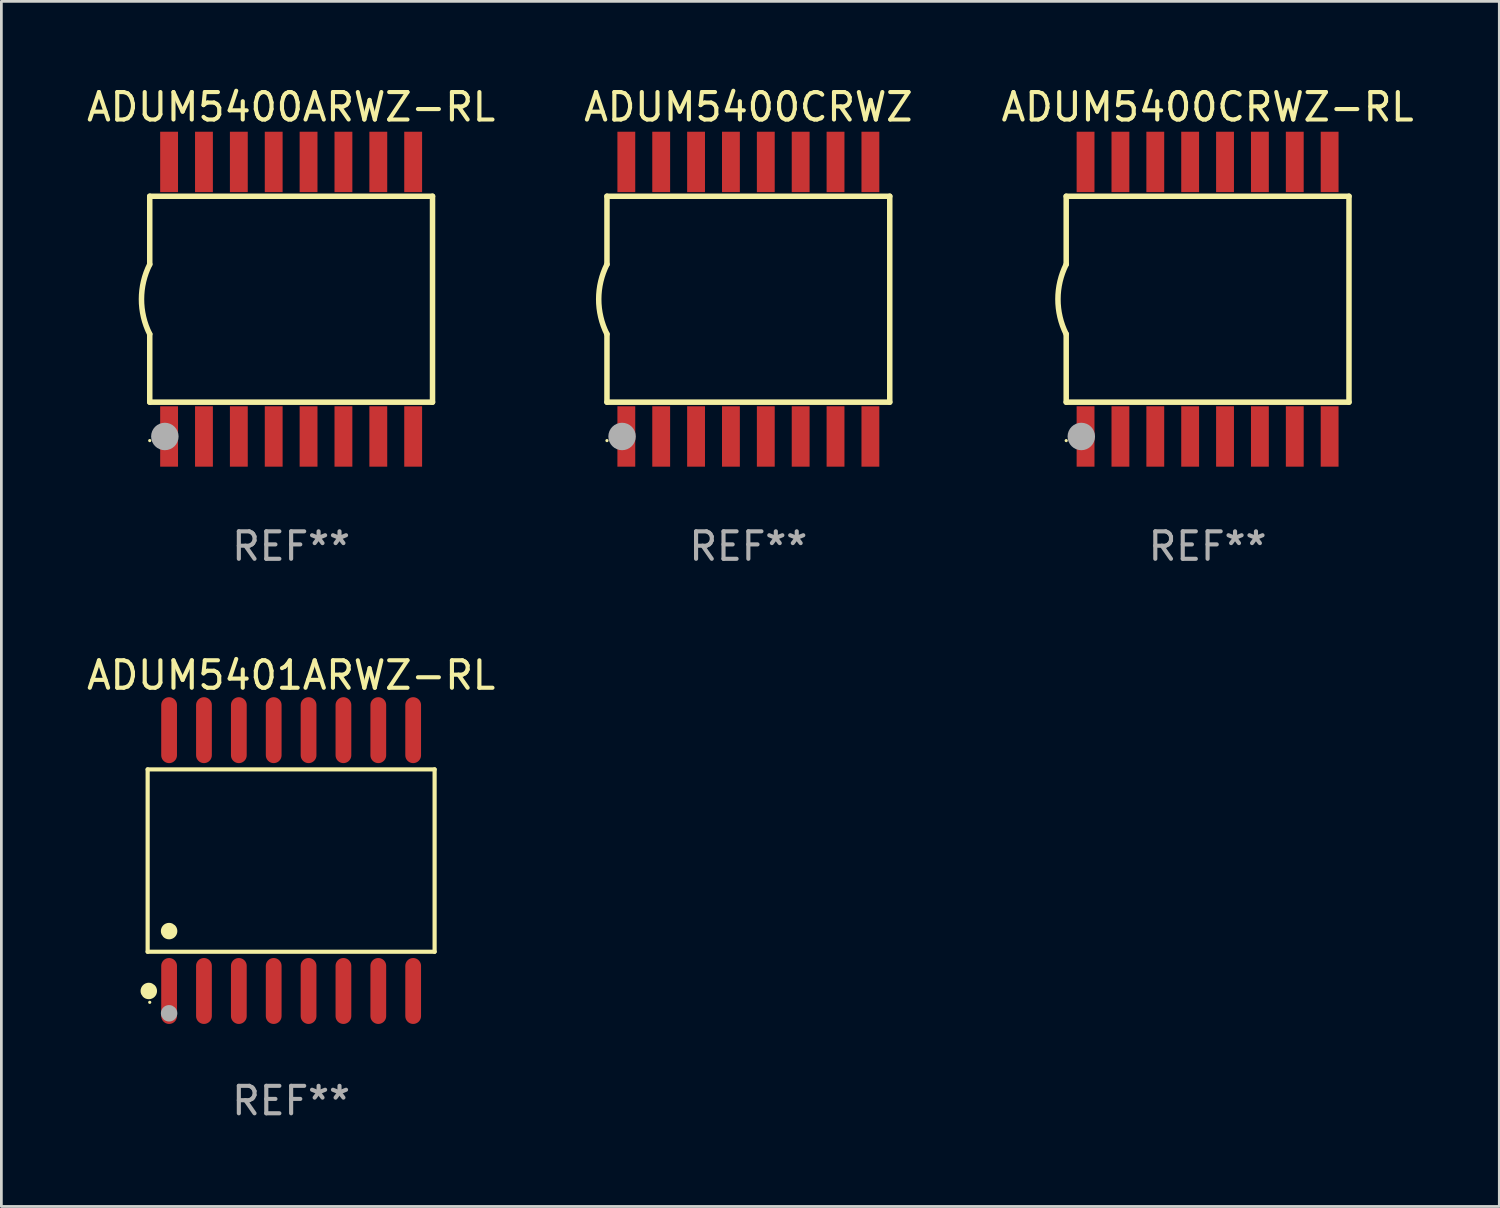
<source format=kicad_pcb>
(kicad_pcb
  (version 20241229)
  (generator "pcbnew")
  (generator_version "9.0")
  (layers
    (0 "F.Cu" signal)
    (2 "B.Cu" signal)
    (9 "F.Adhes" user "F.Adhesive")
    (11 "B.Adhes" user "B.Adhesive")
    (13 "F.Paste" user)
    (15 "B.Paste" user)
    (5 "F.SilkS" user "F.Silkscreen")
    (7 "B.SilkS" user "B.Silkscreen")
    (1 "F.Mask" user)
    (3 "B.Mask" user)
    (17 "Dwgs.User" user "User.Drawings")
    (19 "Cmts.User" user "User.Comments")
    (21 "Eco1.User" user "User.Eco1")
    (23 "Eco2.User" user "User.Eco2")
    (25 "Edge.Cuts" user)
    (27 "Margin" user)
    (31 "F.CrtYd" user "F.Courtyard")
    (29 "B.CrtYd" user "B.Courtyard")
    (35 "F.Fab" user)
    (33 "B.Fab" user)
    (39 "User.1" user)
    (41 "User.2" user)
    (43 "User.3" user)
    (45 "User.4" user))
  (footprint "ADUM5400CRWZ-RL"
    (layer "F.Cu")
    (at 40.935 7.848)
    (property "Reference" "ADUM5400CRWZ-RL" (at 0 -7 0) (layer "F.SilkS") (effects (font (size 1 1) (thickness 0.15))))
    (attr through_hole)
    (fp_line (start -5.15 -3.75) (end -5.15 -1.27) (stroke (width 0.2) (type solid)) (layer "F.SilkS"))
    (fp_line (start -5.15 -3.75) (end 5.15 -3.75) (stroke (width 0.2) (type solid)) (layer "F.SilkS"))
    (fp_line (start -5.15 3.75) (end -5.15 1.27) (stroke (width 0.2) (type solid)) (layer "F.SilkS"))
    (fp_line (start 5.15 -3.75) (end 5.15 3.75) (stroke (width 0.2) (type solid)) (layer "F.SilkS"))
    (fp_line (start 5.15 3.75) (end -5.15 3.75) (stroke (width 0.2) (type solid)) (layer "F.SilkS"))
    (fp_arc (start -5.151131 1.270003) (mid -5.450556 -0.000132) (end -5.150013 -1.270003) (stroke (width 0.2) (type solid)) (layer "F.SilkS"))
    (fp_circle (center -5.15 5.15) (end -5.12 5.15) (stroke (width 0.06) (type solid)) (fill no) (layer "F.SilkS"))
    (fp_circle (center -4.6 5) (end -4.35 5) (stroke (width 0.5) (type solid)) (fill no) (layer "F.Fab"))
    (fp_text user "REF**" (at 0 9 0) (layer "F.Fab") (effects (font (size 1 1) (thickness 0.15))))
    (pad "1" smd rect (at -4.445 5) (size 0.65 2.2) (layers "F.Cu" "F.Mask" "F.Paste"))
    (pad "2" smd rect (at -3.175 5) (size 0.65 2.2) (layers "F.Cu" "F.Mask" "F.Paste"))
    (pad "3" smd rect (at -1.905 5) (size 0.65 2.2) (layers "F.Cu" "F.Mask" "F.Paste"))
    (pad "4" smd rect (at -0.635 5) (size 0.65 2.2) (layers "F.Cu" "F.Mask" "F.Paste"))
    (pad "5" smd rect (at 0.635 5) (size 0.65 2.2) (layers "F.Cu" "F.Mask" "F.Paste"))
    (pad "6" smd rect (at 1.905 5) (size 0.65 2.2) (layers "F.Cu" "F.Mask" "F.Paste"))
    (pad "7" smd rect (at 3.175 5) (size 0.65 2.2) (layers "F.Cu" "F.Mask" "F.Paste"))
    (pad "8" smd rect (at 4.445 5) (size 0.65 2.2) (layers "F.Cu" "F.Mask" "F.Paste"))
    (pad "9" smd rect (at 4.445 -5) (size 0.65 2.2) (layers "F.Cu" "F.Mask" "F.Paste"))
    (pad "10" smd rect (at 3.175 -5) (size 0.65 2.2) (layers "F.Cu" "F.Mask" "F.Paste"))
    (pad "11" smd rect (at 1.905 -5) (size 0.65 2.2) (layers "F.Cu" "F.Mask" "F.Paste"))
    (pad "12" smd rect (at 0.635 -5) (size 0.65 2.2) (layers "F.Cu" "F.Mask" "F.Paste"))
    (pad "13" smd rect (at -0.635 -5) (size 0.65 2.2) (layers "F.Cu" "F.Mask" "F.Paste"))
    (pad "14" smd rect (at -1.905 -5) (size 0.65 2.2) (layers "F.Cu" "F.Mask" "F.Paste"))
    (pad "15" smd rect (at -3.175 -5) (size 0.65 2.2) (layers "F.Cu" "F.Mask" "F.Paste"))
    (pad "16" smd rect (at -4.445 -5) (size 0.65 2.2) (layers "F.Cu" "F.Mask" "F.Paste")))
  (footprint "ADUM5400ARWZ-RL"
    (layer "F.Cu")
    (at 7.554 7.848)
    (property "Reference" "ADUM5400ARWZ-RL" (at 0 -7 0) (layer "F.SilkS") (effects (font (size 1 1) (thickness 0.15))))
    (attr through_hole)
    (fp_line (start -5.15 -3.75) (end -5.15 -1.27) (stroke (width 0.2) (type solid)) (layer "F.SilkS"))
    (fp_line (start -5.15 -3.75) (end 5.15 -3.75) (stroke (width 0.2) (type solid)) (layer "F.SilkS"))
    (fp_line (start -5.15 3.75) (end -5.15 1.27) (stroke (width 0.2) (type solid)) (layer "F.SilkS"))
    (fp_line (start 5.15 -3.75) (end 5.15 3.75) (stroke (width 0.2) (type solid)) (layer "F.SilkS"))
    (fp_line (start 5.15 3.75) (end -5.15 3.75) (stroke (width 0.2) (type solid)) (layer "F.SilkS"))
    (fp_arc (start -5.151131 1.270003) (mid -5.450556 -0.000132) (end -5.150013 -1.270003) (stroke (width 0.2) (type solid)) (layer "F.SilkS"))
    (fp_circle (center -5.15 5.15) (end -5.12 5.15) (stroke (width 0.06) (type solid)) (fill no) (layer "F.SilkS"))
    (fp_circle (center -4.6 5) (end -4.35 5) (stroke (width 0.5) (type solid)) (fill no) (layer "F.Fab"))
    (fp_text user "REF**" (at 0 9 0) (layer "F.Fab") (effects (font (size 1 1) (thickness 0.15))))
    (pad "1" smd rect (at -4.445 5) (size 0.65 2.2) (layers "F.Cu" "F.Mask" "F.Paste"))
    (pad "2" smd rect (at -3.175 5) (size 0.65 2.2) (layers "F.Cu" "F.Mask" "F.Paste"))
    (pad "3" smd rect (at -1.905 5) (size 0.65 2.2) (layers "F.Cu" "F.Mask" "F.Paste"))
    (pad "4" smd rect (at -0.635 5) (size 0.65 2.2) (layers "F.Cu" "F.Mask" "F.Paste"))
    (pad "5" smd rect (at 0.635 5) (size 0.65 2.2) (layers "F.Cu" "F.Mask" "F.Paste"))
    (pad "6" smd rect (at 1.905 5) (size 0.65 2.2) (layers "F.Cu" "F.Mask" "F.Paste"))
    (pad "7" smd rect (at 3.175 5) (size 0.65 2.2) (layers "F.Cu" "F.Mask" "F.Paste"))
    (pad "8" smd rect (at 4.445 5) (size 0.65 2.2) (layers "F.Cu" "F.Mask" "F.Paste"))
    (pad "9" smd rect (at 4.445 -5) (size 0.65 2.2) (layers "F.Cu" "F.Mask" "F.Paste"))
    (pad "10" smd rect (at 3.175 -5) (size 0.65 2.2) (layers "F.Cu" "F.Mask" "F.Paste"))
    (pad "11" smd rect (at 1.905 -5) (size 0.65 2.2) (layers "F.Cu" "F.Mask" "F.Paste"))
    (pad "12" smd rect (at 0.635 -5) (size 0.65 2.2) (layers "F.Cu" "F.Mask" "F.Paste"))
    (pad "13" smd rect (at -0.635 -5) (size 0.65 2.2) (layers "F.Cu" "F.Mask" "F.Paste"))
    (pad "14" smd rect (at -1.905 -5) (size 0.65 2.2) (layers "F.Cu" "F.Mask" "F.Paste"))
    (pad "15" smd rect (at -3.175 -5) (size 0.65 2.2) (layers "F.Cu" "F.Mask" "F.Paste"))
    (pad "16" smd rect (at -4.445 -5) (size 0.65 2.2) (layers "F.Cu" "F.Mask" "F.Paste")))
  (footprint "ADUM5400CRWZ"
    (layer "F.Cu")
    (at 24.208 7.848)
    (property "Reference" "ADUM5400CRWZ" (at 0 -7 0) (layer "F.SilkS") (effects (font (size 1 1) (thickness 0.15))))
    (attr through_hole)
    (fp_line (start -5.15 -3.75) (end -5.15 -1.27) (stroke (width 0.2) (type solid)) (layer "F.SilkS"))
    (fp_line (start -5.15 -3.75) (end 5.15 -3.75) (stroke (width 0.2) (type solid)) (layer "F.SilkS"))
    (fp_line (start -5.15 3.75) (end -5.15 1.27) (stroke (width 0.2) (type solid)) (layer "F.SilkS"))
    (fp_line (start 5.15 -3.75) (end 5.15 3.75) (stroke (width 0.2) (type solid)) (layer "F.SilkS"))
    (fp_line (start 5.15 3.75) (end -5.15 3.75) (stroke (width 0.2) (type solid)) (layer "F.SilkS"))
    (fp_arc (start -5.151131 1.270003) (mid -5.450556 -0.000132) (end -5.150013 -1.270003) (stroke (width 0.2) (type solid)) (layer "F.SilkS"))
    (fp_circle (center -5.15 5.15) (end -5.12 5.15) (stroke (width 0.06) (type solid)) (fill no) (layer "F.SilkS"))
    (fp_circle (center -4.6 5) (end -4.35 5) (stroke (width 0.5) (type solid)) (fill no) (layer "F.Fab"))
    (fp_text user "REF**" (at 0 9 0) (layer "F.Fab") (effects (font (size 1 1) (thickness 0.15))))
    (pad "1" smd rect (at -4.445 5) (size 0.65 2.2) (layers "F.Cu" "F.Mask" "F.Paste"))
    (pad "2" smd rect (at -3.175 5) (size 0.65 2.2) (layers "F.Cu" "F.Mask" "F.Paste"))
    (pad "3" smd rect (at -1.905 5) (size 0.65 2.2) (layers "F.Cu" "F.Mask" "F.Paste"))
    (pad "4" smd rect (at -0.635 5) (size 0.65 2.2) (layers "F.Cu" "F.Mask" "F.Paste"))
    (pad "5" smd rect (at 0.635 5) (size 0.65 2.2) (layers "F.Cu" "F.Mask" "F.Paste"))
    (pad "6" smd rect (at 1.905 5) (size 0.65 2.2) (layers "F.Cu" "F.Mask" "F.Paste"))
    (pad "7" smd rect (at 3.175 5) (size 0.65 2.2) (layers "F.Cu" "F.Mask" "F.Paste"))
    (pad "8" smd rect (at 4.445 5) (size 0.65 2.2) (layers "F.Cu" "F.Mask" "F.Paste"))
    (pad "9" smd rect (at 4.445 -5) (size 0.65 2.2) (layers "F.Cu" "F.Mask" "F.Paste"))
    (pad "10" smd rect (at 3.175 -5) (size 0.65 2.2) (layers "F.Cu" "F.Mask" "F.Paste"))
    (pad "11" smd rect (at 1.905 -5) (size 0.65 2.2) (layers "F.Cu" "F.Mask" "F.Paste"))
    (pad "12" smd rect (at 0.635 -5) (size 0.65 2.2) (layers "F.Cu" "F.Mask" "F.Paste"))
    (pad "13" smd rect (at -0.635 -5) (size 0.65 2.2) (layers "F.Cu" "F.Mask" "F.Paste"))
    (pad "14" smd rect (at -1.905 -5) (size 0.65 2.2) (layers "F.Cu" "F.Mask" "F.Paste"))
    (pad "15" smd rect (at -3.175 -5) (size 0.65 2.2) (layers "F.Cu" "F.Mask" "F.Paste"))
    (pad "16" smd rect (at -4.445 -5) (size 0.65 2.2) (layers "F.Cu" "F.Mask" "F.Paste")))
  (footprint "ADUM5401ARWZ-RL"
    (layer "F.Cu")
    (at 7.554 28.295)
    (property "Reference" "ADUM5401ARWZ-RL" (at 0 -6.75 0) (layer "F.SilkS") (effects (font (size 1 1) (thickness 0.15))))
    (attr through_hole)
    (fp_line (start -5.226 -3.321) (end 5.226 -3.321) (stroke (width 0.152) (type solid)) (layer "F.SilkS"))
    (fp_line (start -5.226 3.321) (end -5.226 -3.321) (stroke (width 0.152) (type solid)) (layer "F.SilkS"))
    (fp_line (start 5.226 -3.321) (end 5.226 3.321) (stroke (width 0.152) (type solid)) (layer "F.SilkS"))
    (fp_line (start 5.226 3.321) (end -5.226 3.321) (stroke (width 0.152) (type solid)) (layer "F.SilkS"))
    (fp_circle (center -5.184 4.75) (end -5.034 4.75) (stroke (width 0.3) (type solid)) (fill no) (layer "F.SilkS"))
    (fp_circle (center -5.15 5.163) (end -5.12 5.163) (stroke (width 0.06) (type solid)) (fill no) (layer "F.SilkS"))
    (fp_circle (center -4.445 2.569) (end -4.295 2.569) (stroke (width 0.3) (type solid)) (fill no) (layer "F.SilkS"))
    (fp_circle (center -4.445 5.563) (end -4.295 5.563) (stroke (width 0.3) (type solid)) (fill no) (layer "F.Fab"))
    (fp_text user "REF**" (at 0 8.75 0) (layer "F.Fab") (effects (font (size 1 1) (thickness 0.15))))
    (pad "1" smd oval (at -4.445 4.75) (size 0.574 2.401) (layers "F.Cu" "F.Mask" "F.Paste"))
    (pad "2" smd oval (at -3.175 4.75) (size 0.574 2.401) (layers "F.Cu" "F.Mask" "F.Paste"))
    (pad "3" smd oval (at -1.905 4.75) (size 0.574 2.401) (layers "F.Cu" "F.Mask" "F.Paste"))
    (pad "4" smd oval (at -0.635 4.75) (size 0.574 2.401) (layers "F.Cu" "F.Mask" "F.Paste"))
    (pad "5" smd oval (at 0.635 4.75) (size 0.574 2.401) (layers "F.Cu" "F.Mask" "F.Paste"))
    (pad "6" smd oval (at 1.905 4.75) (size 0.574 2.401) (layers "F.Cu" "F.Mask" "F.Paste"))
    (pad "7" smd oval (at 3.175 4.75) (size 0.574 2.401) (layers "F.Cu" "F.Mask" "F.Paste"))
    (pad "8" smd oval (at 4.445 4.75) (size 0.574 2.401) (layers "F.Cu" "F.Mask" "F.Paste"))
    (pad "9" smd oval (at 4.445 -4.75) (size 0.574 2.401) (layers "F.Cu" "F.Mask" "F.Paste"))
    (pad "10" smd oval (at 3.175 -4.75) (size 0.574 2.401) (layers "F.Cu" "F.Mask" "F.Paste"))
    (pad "11" smd oval (at 1.905 -4.75) (size 0.574 2.401) (layers "F.Cu" "F.Mask" "F.Paste"))
    (pad "12" smd oval (at 0.635 -4.75) (size 0.574 2.401) (layers "F.Cu" "F.Mask" "F.Paste"))
    (pad "13" smd oval (at -0.635 -4.75) (size 0.574 2.401) (layers "F.Cu" "F.Mask" "F.Paste"))
    (pad "14" smd oval (at -1.905 -4.75) (size 0.574 2.401) (layers "F.Cu" "F.Mask" "F.Paste"))
    (pad "15" smd oval (at -3.175 -4.75) (size 0.574 2.401) (layers "F.Cu" "F.Mask" "F.Paste"))
    (pad "16" smd oval (at -4.445 -4.75) (size 0.574 2.401) (layers "F.Cu" "F.Mask" "F.Paste")))
  (gr_rect
    (start -3 -3)
    (end 51.56 40.894)
    (stroke (width 0.1) (type default))
    (fill no)
    (layer "Edge.Cuts")))
</source>
